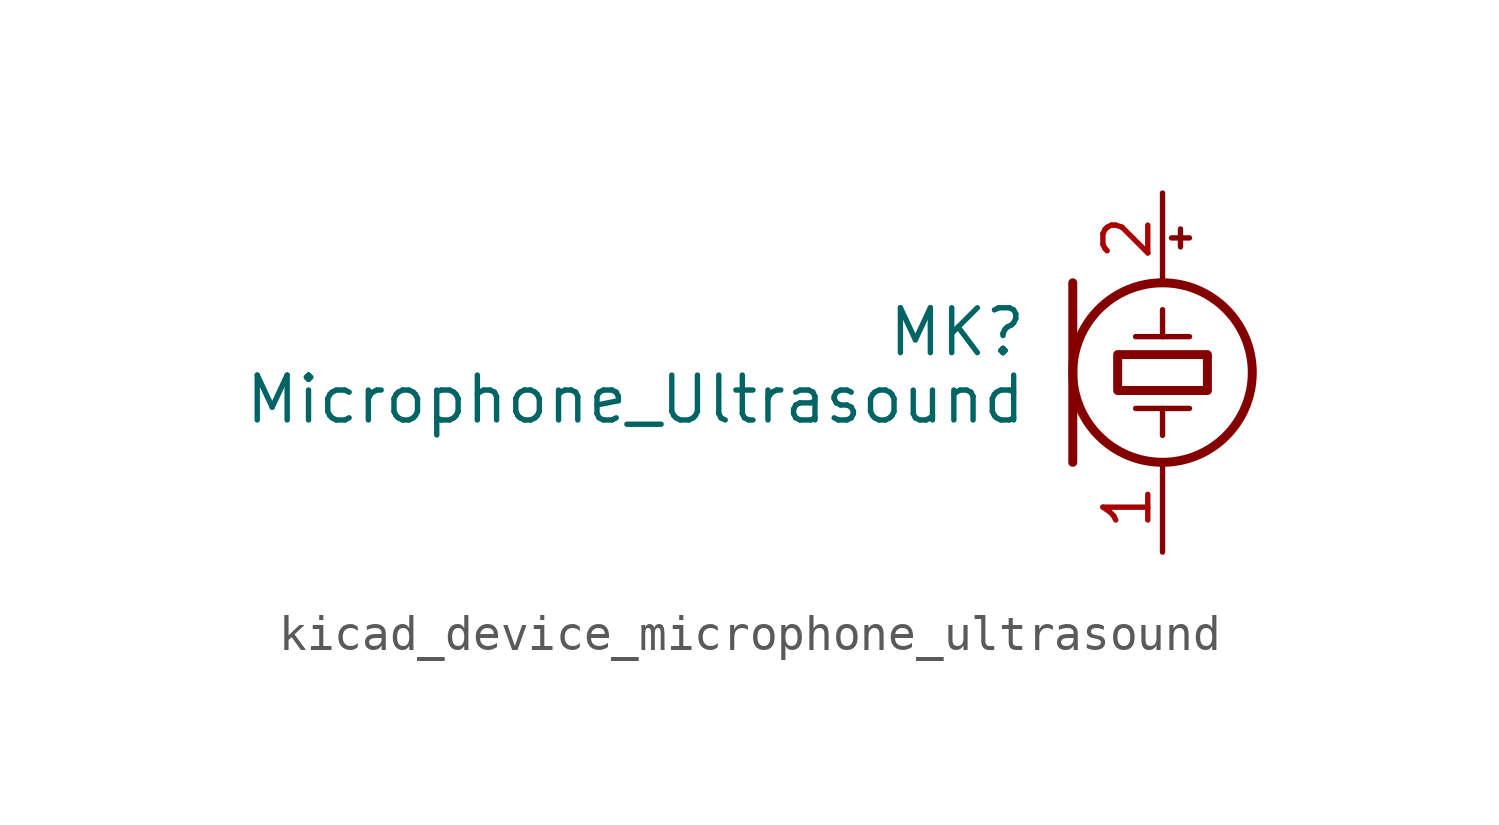
<source format=kicad_sym>
(kicad_symbol_lib
  (version 20220914)
  (generator kicad_symbol_editor)
  (symbol "kicad_device_microphone_ultrasound"
    (pin_names
      (offset 0.025) hide)
    (property "Reference" "MK"
      (at -3.81 1.143 0)
      (effects (font (size 1.27 1.27)) (justify right)))
    (property "Value" "Microphone_Ultrasound"
      (at -3.81 -0.762 0)
      (effects (font (size 1.27 1.27)) (justify right)))
    (symbol "kicad_device_microphone_ultrasound_0_1"
      (rectangle (start -1.27 0.508) (end 1.27 -0.508) (stroke (width 0.254) (type default)) (fill (type none)))
      (polyline (pts (xy -2.54 2.54) (xy -2.54 -2.54)) (stroke (width 0.254) (type default)) (fill (type none)))
      (polyline (pts (xy -0.762 -1.016) (xy 0.762 -1.016)) (stroke (width 0) (type default)) (fill (type none)))
      (polyline (pts (xy -0.762 1.016) (xy 0.762 1.016)) (stroke (width 0) (type default)) (fill (type none)))
      (polyline (pts (xy 0 -1.016) (xy 0 -1.778)) (stroke (width 0) (type default)) (fill (type none)))
      (polyline (pts (xy 0 1.016) (xy 0 1.778)) (stroke (width 0) (type default)) (fill (type none)))
      (polyline (pts (xy 0.254 3.81) (xy 0.762 3.81)) (stroke (width 0) (type default)) (fill (type none)))
      (polyline (pts (xy 0.508 4.064) (xy 0.508 3.556)) (stroke (width 0) (type default)) (fill (type none)))
      (circle (center 0 0) (radius 2.54) (stroke (width 0.254) (type default)) (fill (type none))))
    (symbol "kicad_device_microphone_ultrasound_1_1"
      (pin passive line (at 0 -5.08 90) (length 2.54) (name "-" (effects (font (size 1.27 1.27)))) (number "1" (effects (font (size 1.27 1.27)))))
      (pin passive line (at 0 5.08 270) (length 2.54) (name "+" (effects (font (size 1.27 1.27)))) (number "2" (effects (font (size 1.27 1.27))))))))
</source>
